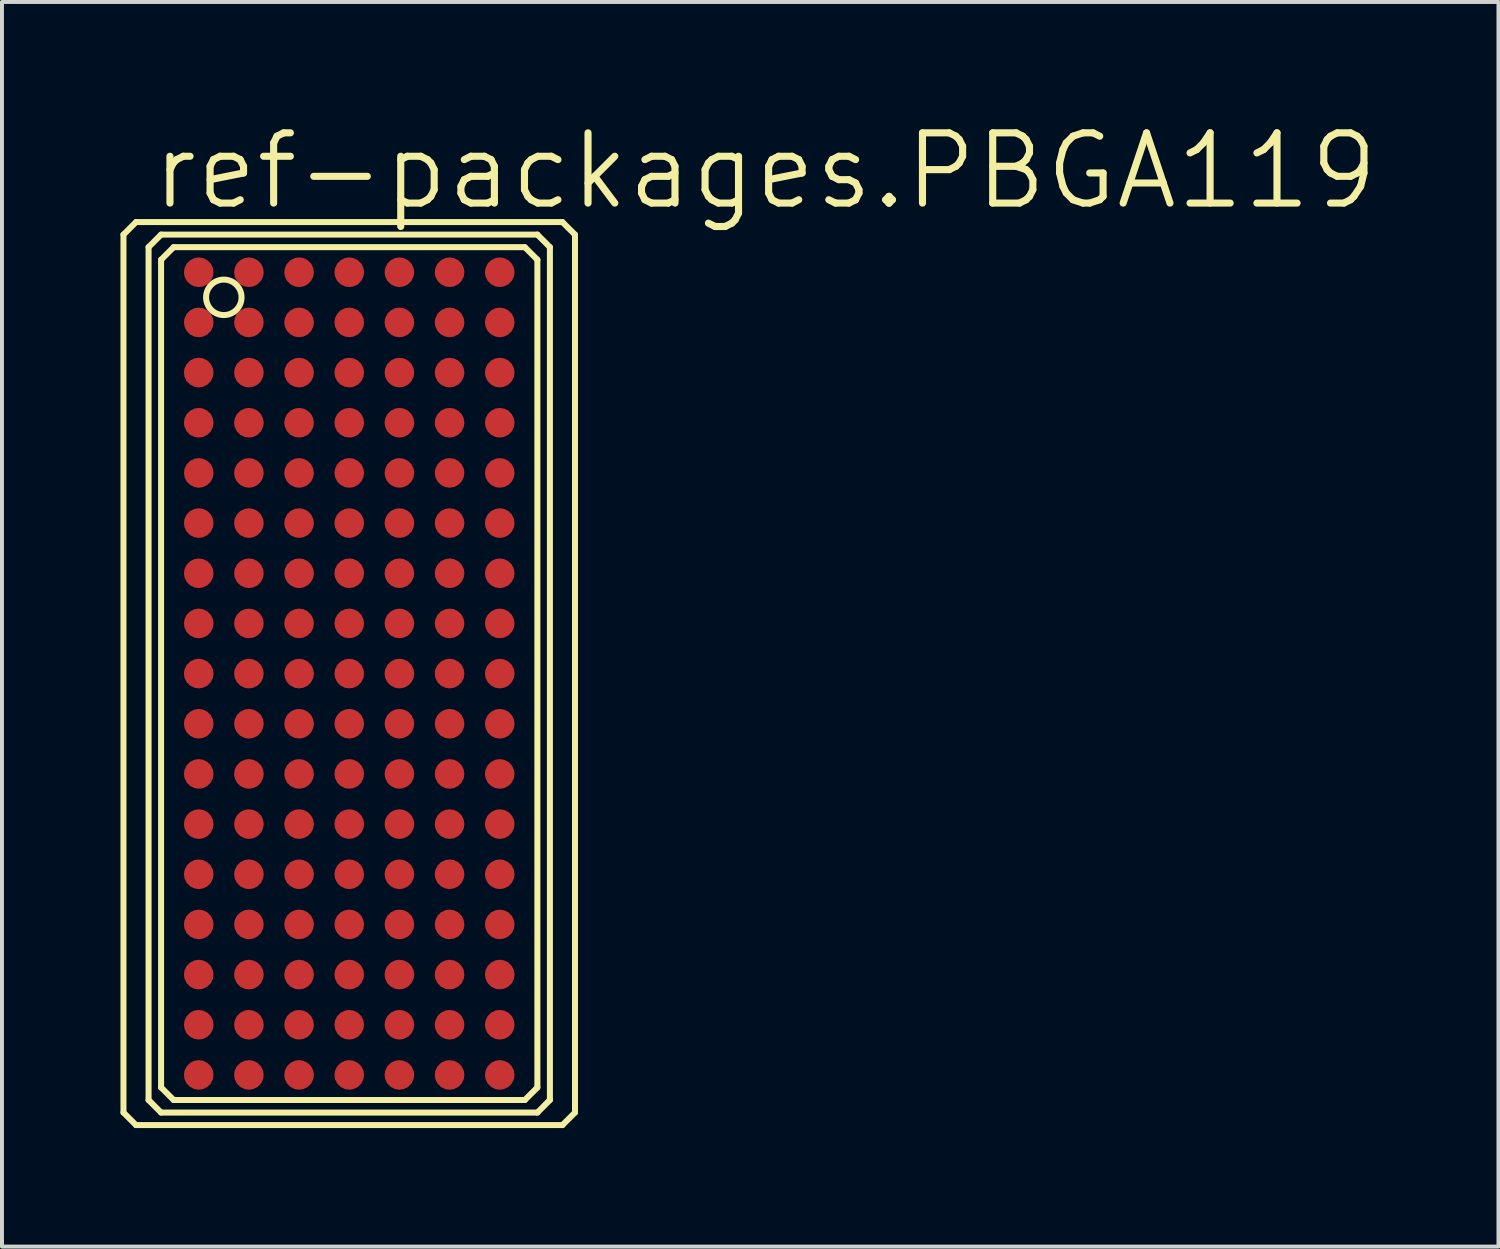
<source format=kicad_pcb>
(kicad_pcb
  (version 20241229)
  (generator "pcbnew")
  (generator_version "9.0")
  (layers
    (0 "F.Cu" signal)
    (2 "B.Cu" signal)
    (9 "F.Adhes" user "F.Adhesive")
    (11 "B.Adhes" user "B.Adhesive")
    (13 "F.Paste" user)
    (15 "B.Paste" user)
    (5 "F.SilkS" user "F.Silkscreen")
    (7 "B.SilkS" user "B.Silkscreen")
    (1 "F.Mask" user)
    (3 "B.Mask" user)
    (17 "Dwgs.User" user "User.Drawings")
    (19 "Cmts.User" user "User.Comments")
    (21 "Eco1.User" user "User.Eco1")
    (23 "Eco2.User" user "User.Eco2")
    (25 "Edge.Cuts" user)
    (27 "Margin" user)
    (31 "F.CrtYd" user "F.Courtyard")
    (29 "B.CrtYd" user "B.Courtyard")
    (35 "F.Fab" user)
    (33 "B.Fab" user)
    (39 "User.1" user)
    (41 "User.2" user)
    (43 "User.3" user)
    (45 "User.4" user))
  (footprint "ref-packages.PBGA119"
    (layer "F.Cu")
    (at 5.791 14.002)
    (property "Reference" "ref-packages.PBGA119" (at -5.08 -11.684 0) (layer "F.SilkS") (effects (font (size 1.778 1.778) (thickness 0.18)) (justify left bottom)))
    (attr smd)
    (fp_line (start -5.715 -11.113) (end -5.715 11.113) (stroke (width 0.152) (type default)) (layer "F.SilkS"))
    (fp_line (start -5.715 11.113) (end -5.397 11.43) (stroke (width 0.152) (type default)) (layer "F.SilkS"))
    (fp_line (start -5.397 -11.43) (end -5.715 -11.113) (stroke (width 0.152) (type default)) (layer "F.SilkS"))
    (fp_line (start -5.397 11.43) (end 5.397 11.43) (stroke (width 0.152) (type default)) (layer "F.SilkS"))
    (fp_line (start -5.08 -10.795) (end -5.08 10.795) (stroke (width 0.152) (type default)) (layer "F.SilkS"))
    (fp_line (start -5.08 10.795) (end -4.763 11.113) (stroke (width 0.152) (type default)) (layer "F.SilkS"))
    (fp_line (start -4.763 -11.113) (end -5.08 -10.795) (stroke (width 0.152) (type default)) (layer "F.SilkS"))
    (fp_line (start -4.763 -10.477) (end -4.763 10.477) (stroke (width 0.152) (type default)) (layer "F.SilkS"))
    (fp_line (start -4.763 10.477) (end -4.445 10.795) (stroke (width 0.152) (type default)) (layer "F.SilkS"))
    (fp_line (start -4.763 11.113) (end 4.763 11.113) (stroke (width 0.152) (type default)) (layer "F.SilkS"))
    (fp_line (start -4.445 -10.795) (end -4.763 -10.477) (stroke (width 0.152) (type default)) (layer "F.SilkS"))
    (fp_line (start -4.445 10.795) (end 4.445 10.795) (stroke (width 0.152) (type default)) (layer "F.SilkS"))
    (fp_line (start 4.445 -10.795) (end -4.445 -10.795) (stroke (width 0.152) (type default)) (layer "F.SilkS"))
    (fp_line (start 4.445 10.795) (end 4.763 10.477) (stroke (width 0.152) (type default)) (layer "F.SilkS"))
    (fp_line (start 4.763 -11.113) (end -4.763 -11.113) (stroke (width 0.152) (type default)) (layer "F.SilkS"))
    (fp_line (start 4.763 -10.477) (end 4.445 -10.795) (stroke (width 0.152) (type default)) (layer "F.SilkS"))
    (fp_line (start 4.763 10.477) (end 4.763 -10.477) (stroke (width 0.152) (type default)) (layer "F.SilkS"))
    (fp_line (start 4.763 11.113) (end 5.08 10.795) (stroke (width 0.152) (type default)) (layer "F.SilkS"))
    (fp_line (start 5.08 -10.795) (end 4.763 -11.113) (stroke (width 0.152) (type default)) (layer "F.SilkS"))
    (fp_line (start 5.08 10.795) (end 5.08 -10.795) (stroke (width 0.152) (type default)) (layer "F.SilkS"))
    (fp_line (start 5.397 -11.43) (end -5.397 -11.43) (stroke (width 0.152) (type default)) (layer "F.SilkS"))
    (fp_line (start 5.397 11.43) (end 5.715 11.113) (stroke (width 0.152) (type default)) (layer "F.SilkS"))
    (fp_line (start 5.715 -11.113) (end 5.397 -11.43) (stroke (width 0.152) (type default)) (layer "F.SilkS"))
    (fp_line (start 5.715 11.113) (end 5.715 -11.113) (stroke (width 0.152) (type default)) (layer "F.SilkS"))
    (fp_circle (center -3.175 -9.525) (end -2.726 -9.525) (stroke (width 0.152) (type default)) (fill no) (layer "F.SilkS"))
    (pad "1" smd roundrect (at -3.81 -10.16) (size 0.75 0.75) (layers "F.Cu" "F.Mask" "F.Paste") (roundrect_rratio 0.5))
    (pad "2" smd roundrect (at -2.54 -10.16) (size 0.75 0.75) (layers "F.Cu" "F.Mask" "F.Paste") (roundrect_rratio 0.5))
    (pad "3" smd roundrect (at -1.27 -10.16) (size 0.75 0.75) (layers "F.Cu" "F.Mask" "F.Paste") (roundrect_rratio 0.5))
    (pad "4" smd roundrect (at 0 -10.16) (size 0.75 0.75) (layers "F.Cu" "F.Mask" "F.Paste") (roundrect_rratio 0.5))
    (pad "5" smd roundrect (at 1.27 -10.16) (size 0.75 0.75) (layers "F.Cu" "F.Mask" "F.Paste") (roundrect_rratio 0.5))
    (pad "6" smd roundrect (at 2.54 -10.16) (size 0.75 0.75) (layers "F.Cu" "F.Mask" "F.Paste") (roundrect_rratio 0.5))
    (pad "7" smd roundrect (at 3.81 -10.16) (size 0.75 0.75) (layers "F.Cu" "F.Mask" "F.Paste") (roundrect_rratio 0.5))
    (pad "8" smd roundrect (at -3.81 -8.89) (size 0.75 0.75) (layers "F.Cu" "F.Mask" "F.Paste") (roundrect_rratio 0.5))
    (pad "9" smd roundrect (at -2.54 -8.89) (size 0.75 0.75) (layers "F.Cu" "F.Mask" "F.Paste") (roundrect_rratio 0.5))
    (pad "10" smd roundrect (at -1.27 -8.89) (size 0.75 0.75) (layers "F.Cu" "F.Mask" "F.Paste") (roundrect_rratio 0.5))
    (pad "11" smd roundrect (at 0 -8.89) (size 0.75 0.75) (layers "F.Cu" "F.Mask" "F.Paste") (roundrect_rratio 0.5))
    (pad "12" smd roundrect (at 1.27 -8.89) (size 0.75 0.75) (layers "F.Cu" "F.Mask" "F.Paste") (roundrect_rratio 0.5))
    (pad "13" smd roundrect (at 2.54 -8.89) (size 0.75 0.75) (layers "F.Cu" "F.Mask" "F.Paste") (roundrect_rratio 0.5))
    (pad "14" smd roundrect (at 3.81 -8.89) (size 0.75 0.75) (layers "F.Cu" "F.Mask" "F.Paste") (roundrect_rratio 0.5))
    (pad "15" smd roundrect (at -3.81 -7.62) (size 0.75 0.75) (layers "F.Cu" "F.Mask" "F.Paste") (roundrect_rratio 0.5))
    (pad "16" smd roundrect (at -2.54 -7.62) (size 0.75 0.75) (layers "F.Cu" "F.Mask" "F.Paste") (roundrect_rratio 0.5))
    (pad "17" smd roundrect (at -1.27 -7.62) (size 0.75 0.75) (layers "F.Cu" "F.Mask" "F.Paste") (roundrect_rratio 0.5))
    (pad "18" smd roundrect (at 0 -7.62) (size 0.75 0.75) (layers "F.Cu" "F.Mask" "F.Paste") (roundrect_rratio 0.5))
    (pad "19" smd roundrect (at 1.27 -7.62) (size 0.75 0.75) (layers "F.Cu" "F.Mask" "F.Paste") (roundrect_rratio 0.5))
    (pad "20" smd roundrect (at 2.54 -7.62) (size 0.75 0.75) (layers "F.Cu" "F.Mask" "F.Paste") (roundrect_rratio 0.5))
    (pad "21" smd roundrect (at 3.81 -7.62) (size 0.75 0.75) (layers "F.Cu" "F.Mask" "F.Paste") (roundrect_rratio 0.5))
    (pad "22" smd roundrect (at -3.81 -6.35) (size 0.75 0.75) (layers "F.Cu" "F.Mask" "F.Paste") (roundrect_rratio 0.5))
    (pad "23" smd roundrect (at -2.54 -6.35) (size 0.75 0.75) (layers "F.Cu" "F.Mask" "F.Paste") (roundrect_rratio 0.5))
    (pad "24" smd roundrect (at -1.27 -6.35) (size 0.75 0.75) (layers "F.Cu" "F.Mask" "F.Paste") (roundrect_rratio 0.5))
    (pad "25" smd roundrect (at 0 -6.35) (size 0.75 0.75) (layers "F.Cu" "F.Mask" "F.Paste") (roundrect_rratio 0.5))
    (pad "26" smd roundrect (at 1.27 -6.35) (size 0.75 0.75) (layers "F.Cu" "F.Mask" "F.Paste") (roundrect_rratio 0.5))
    (pad "27" smd roundrect (at 2.54 -6.35) (size 0.75 0.75) (layers "F.Cu" "F.Mask" "F.Paste") (roundrect_rratio 0.5))
    (pad "28" smd roundrect (at 3.81 -6.35) (size 0.75 0.75) (layers "F.Cu" "F.Mask" "F.Paste") (roundrect_rratio 0.5))
    (pad "29" smd roundrect (at -3.81 -5.08) (size 0.75 0.75) (layers "F.Cu" "F.Mask" "F.Paste") (roundrect_rratio 0.5))
    (pad "30" smd roundrect (at -2.54 -5.08) (size 0.75 0.75) (layers "F.Cu" "F.Mask" "F.Paste") (roundrect_rratio 0.5))
    (pad "31" smd roundrect (at -1.27 -5.08) (size 0.75 0.75) (layers "F.Cu" "F.Mask" "F.Paste") (roundrect_rratio 0.5))
    (pad "32" smd roundrect (at 0 -5.08) (size 0.75 0.75) (layers "F.Cu" "F.Mask" "F.Paste") (roundrect_rratio 0.5))
    (pad "33" smd roundrect (at 1.27 -5.08) (size 0.75 0.75) (layers "F.Cu" "F.Mask" "F.Paste") (roundrect_rratio 0.5))
    (pad "34" smd roundrect (at 2.54 -5.08) (size 0.75 0.75) (layers "F.Cu" "F.Mask" "F.Paste") (roundrect_rratio 0.5))
    (pad "35" smd roundrect (at 3.81 -5.08) (size 0.75 0.75) (layers "F.Cu" "F.Mask" "F.Paste") (roundrect_rratio 0.5))
    (pad "36" smd roundrect (at -3.81 -3.81) (size 0.75 0.75) (layers "F.Cu" "F.Mask" "F.Paste") (roundrect_rratio 0.5))
    (pad "37" smd roundrect (at -2.54 -3.81) (size 0.75 0.75) (layers "F.Cu" "F.Mask" "F.Paste") (roundrect_rratio 0.5))
    (pad "38" smd roundrect (at -1.27 -3.81) (size 0.75 0.75) (layers "F.Cu" "F.Mask" "F.Paste") (roundrect_rratio 0.5))
    (pad "39" smd roundrect (at 0 -3.81) (size 0.75 0.75) (layers "F.Cu" "F.Mask" "F.Paste") (roundrect_rratio 0.5))
    (pad "40" smd roundrect (at 1.27 -3.81) (size 0.75 0.75) (layers "F.Cu" "F.Mask" "F.Paste") (roundrect_rratio 0.5))
    (pad "41" smd roundrect (at 2.54 -3.81) (size 0.75 0.75) (layers "F.Cu" "F.Mask" "F.Paste") (roundrect_rratio 0.5))
    (pad "42" smd roundrect (at 3.81 -3.81) (size 0.75 0.75) (layers "F.Cu" "F.Mask" "F.Paste") (roundrect_rratio 0.5))
    (pad "43" smd roundrect (at -3.81 -2.54) (size 0.75 0.75) (layers "F.Cu" "F.Mask" "F.Paste") (roundrect_rratio 0.5))
    (pad "44" smd roundrect (at -2.54 -2.54) (size 0.75 0.75) (layers "F.Cu" "F.Mask" "F.Paste") (roundrect_rratio 0.5))
    (pad "45" smd roundrect (at -1.27 -2.54) (size 0.75 0.75) (layers "F.Cu" "F.Mask" "F.Paste") (roundrect_rratio 0.5))
    (pad "46" smd roundrect (at 0 -2.54) (size 0.75 0.75) (layers "F.Cu" "F.Mask" "F.Paste") (roundrect_rratio 0.5))
    (pad "47" smd roundrect (at 1.27 -2.54) (size 0.75 0.75) (layers "F.Cu" "F.Mask" "F.Paste") (roundrect_rratio 0.5))
    (pad "48" smd roundrect (at 2.54 -2.54) (size 0.75 0.75) (layers "F.Cu" "F.Mask" "F.Paste") (roundrect_rratio 0.5))
    (pad "49" smd roundrect (at 3.81 -2.54) (size 0.75 0.75) (layers "F.Cu" "F.Mask" "F.Paste") (roundrect_rratio 0.5))
    (pad "50" smd roundrect (at -3.81 -1.27) (size 0.75 0.75) (layers "F.Cu" "F.Mask" "F.Paste") (roundrect_rratio 0.5))
    (pad "51" smd roundrect (at -2.54 -1.27) (size 0.75 0.75) (layers "F.Cu" "F.Mask" "F.Paste") (roundrect_rratio 0.5))
    (pad "52" smd roundrect (at -1.27 -1.27) (size 0.75 0.75) (layers "F.Cu" "F.Mask" "F.Paste") (roundrect_rratio 0.5))
    (pad "53" smd roundrect (at 0 -1.27) (size 0.75 0.75) (layers "F.Cu" "F.Mask" "F.Paste") (roundrect_rratio 0.5))
    (pad "54" smd roundrect (at 1.27 -1.27) (size 0.75 0.75) (layers "F.Cu" "F.Mask" "F.Paste") (roundrect_rratio 0.5))
    (pad "55" smd roundrect (at 2.54 -1.27) (size 0.75 0.75) (layers "F.Cu" "F.Mask" "F.Paste") (roundrect_rratio 0.5))
    (pad "56" smd roundrect (at 3.81 -1.27) (size 0.75 0.75) (layers "F.Cu" "F.Mask" "F.Paste") (roundrect_rratio 0.5))
    (pad "57" smd roundrect (at -3.81 0) (size 0.75 0.75) (layers "F.Cu" "F.Mask" "F.Paste") (roundrect_rratio 0.5))
    (pad "58" smd roundrect (at -2.54 0) (size 0.75 0.75) (layers "F.Cu" "F.Mask" "F.Paste") (roundrect_rratio 0.5))
    (pad "59" smd roundrect (at -1.27 0) (size 0.75 0.75) (layers "F.Cu" "F.Mask" "F.Paste") (roundrect_rratio 0.5))
    (pad "60" smd roundrect (at 0 0) (size 0.75 0.75) (layers "F.Cu" "F.Mask" "F.Paste") (roundrect_rratio 0.5))
    (pad "61" smd roundrect (at 1.27 0) (size 0.75 0.75) (layers "F.Cu" "F.Mask" "F.Paste") (roundrect_rratio 0.5))
    (pad "62" smd roundrect (at 2.54 0) (size 0.75 0.75) (layers "F.Cu" "F.Mask" "F.Paste") (roundrect_rratio 0.5))
    (pad "63" smd roundrect (at 3.81 0) (size 0.75 0.75) (layers "F.Cu" "F.Mask" "F.Paste") (roundrect_rratio 0.5))
    (pad "64" smd roundrect (at -3.81 1.27) (size 0.75 0.75) (layers "F.Cu" "F.Mask" "F.Paste") (roundrect_rratio 0.5))
    (pad "65" smd roundrect (at -2.54 1.27) (size 0.75 0.75) (layers "F.Cu" "F.Mask" "F.Paste") (roundrect_rratio 0.5))
    (pad "66" smd roundrect (at -1.27 1.27) (size 0.75 0.75) (layers "F.Cu" "F.Mask" "F.Paste") (roundrect_rratio 0.5))
    (pad "67" smd roundrect (at 0 1.27) (size 0.75 0.75) (layers "F.Cu" "F.Mask" "F.Paste") (roundrect_rratio 0.5))
    (pad "68" smd roundrect (at 1.27 1.27) (size 0.75 0.75) (layers "F.Cu" "F.Mask" "F.Paste") (roundrect_rratio 0.5))
    (pad "69" smd roundrect (at 2.54 1.27) (size 0.75 0.75) (layers "F.Cu" "F.Mask" "F.Paste") (roundrect_rratio 0.5))
    (pad "70" smd roundrect (at 3.81 1.27) (size 0.75 0.75) (layers "F.Cu" "F.Mask" "F.Paste") (roundrect_rratio 0.5))
    (pad "71" smd roundrect (at -3.81 2.54) (size 0.75 0.75) (layers "F.Cu" "F.Mask" "F.Paste") (roundrect_rratio 0.5))
    (pad "72" smd roundrect (at -2.54 2.54) (size 0.75 0.75) (layers "F.Cu" "F.Mask" "F.Paste") (roundrect_rratio 0.5))
    (pad "73" smd roundrect (at -1.27 2.54) (size 0.75 0.75) (layers "F.Cu" "F.Mask" "F.Paste") (roundrect_rratio 0.5))
    (pad "74" smd roundrect (at 0 2.54) (size 0.75 0.75) (layers "F.Cu" "F.Mask" "F.Paste") (roundrect_rratio 0.5))
    (pad "75" smd roundrect (at 1.27 2.54) (size 0.75 0.75) (layers "F.Cu" "F.Mask" "F.Paste") (roundrect_rratio 0.5))
    (pad "76" smd roundrect (at 2.54 2.54) (size 0.75 0.75) (layers "F.Cu" "F.Mask" "F.Paste") (roundrect_rratio 0.5))
    (pad "77" smd roundrect (at 3.81 2.54) (size 0.75 0.75) (layers "F.Cu" "F.Mask" "F.Paste") (roundrect_rratio 0.5))
    (pad "78" smd roundrect (at -3.81 3.81) (size 0.75 0.75) (layers "F.Cu" "F.Mask" "F.Paste") (roundrect_rratio 0.5))
    (pad "79" smd roundrect (at -2.54 3.81) (size 0.75 0.75) (layers "F.Cu" "F.Mask" "F.Paste") (roundrect_rratio 0.5))
    (pad "80" smd roundrect (at -1.27 3.81) (size 0.75 0.75) (layers "F.Cu" "F.Mask" "F.Paste") (roundrect_rratio 0.5))
    (pad "81" smd roundrect (at 0 3.81) (size 0.75 0.75) (layers "F.Cu" "F.Mask" "F.Paste") (roundrect_rratio 0.5))
    (pad "82" smd roundrect (at 1.27 3.81) (size 0.75 0.75) (layers "F.Cu" "F.Mask" "F.Paste") (roundrect_rratio 0.5))
    (pad "83" smd roundrect (at 2.54 3.81) (size 0.75 0.75) (layers "F.Cu" "F.Mask" "F.Paste") (roundrect_rratio 0.5))
    (pad "84" smd roundrect (at 3.81 3.81) (size 0.75 0.75) (layers "F.Cu" "F.Mask" "F.Paste") (roundrect_rratio 0.5))
    (pad "85" smd roundrect (at -3.81 5.08) (size 0.75 0.75) (layers "F.Cu" "F.Mask" "F.Paste") (roundrect_rratio 0.5))
    (pad "86" smd roundrect (at -2.54 5.08) (size 0.75 0.75) (layers "F.Cu" "F.Mask" "F.Paste") (roundrect_rratio 0.5))
    (pad "87" smd roundrect (at -1.27 5.08) (size 0.75 0.75) (layers "F.Cu" "F.Mask" "F.Paste") (roundrect_rratio 0.5))
    (pad "88" smd roundrect (at 0 5.08) (size 0.75 0.75) (layers "F.Cu" "F.Mask" "F.Paste") (roundrect_rratio 0.5))
    (pad "89" smd roundrect (at 1.27 5.08) (size 0.75 0.75) (layers "F.Cu" "F.Mask" "F.Paste") (roundrect_rratio 0.5))
    (pad "90" smd roundrect (at 2.54 5.08) (size 0.75 0.75) (layers "F.Cu" "F.Mask" "F.Paste") (roundrect_rratio 0.5))
    (pad "91" smd roundrect (at 3.81 5.08) (size 0.75 0.75) (layers "F.Cu" "F.Mask" "F.Paste") (roundrect_rratio 0.5))
    (pad "92" smd roundrect (at -3.81 6.35) (size 0.75 0.75) (layers "F.Cu" "F.Mask" "F.Paste") (roundrect_rratio 0.5))
    (pad "93" smd roundrect (at -2.54 6.35) (size 0.75 0.75) (layers "F.Cu" "F.Mask" "F.Paste") (roundrect_rratio 0.5))
    (pad "94" smd roundrect (at -1.27 6.35) (size 0.75 0.75) (layers "F.Cu" "F.Mask" "F.Paste") (roundrect_rratio 0.5))
    (pad "95" smd roundrect (at 0 6.35) (size 0.75 0.75) (layers "F.Cu" "F.Mask" "F.Paste") (roundrect_rratio 0.5))
    (pad "96" smd roundrect (at 1.27 6.35) (size 0.75 0.75) (layers "F.Cu" "F.Mask" "F.Paste") (roundrect_rratio 0.5))
    (pad "97" smd roundrect (at 2.54 6.35) (size 0.75 0.75) (layers "F.Cu" "F.Mask" "F.Paste") (roundrect_rratio 0.5))
    (pad "98" smd roundrect (at 3.81 6.35) (size 0.75 0.75) (layers "F.Cu" "F.Mask" "F.Paste") (roundrect_rratio 0.5))
    (pad "99" smd roundrect (at -3.81 7.62) (size 0.75 0.75) (layers "F.Cu" "F.Mask" "F.Paste") (roundrect_rratio 0.5))
    (pad "100" smd roundrect (at -2.54 7.62) (size 0.75 0.75) (layers "F.Cu" "F.Mask" "F.Paste") (roundrect_rratio 0.5))
    (pad "101" smd roundrect (at -1.27 7.62) (size 0.75 0.75) (layers "F.Cu" "F.Mask" "F.Paste") (roundrect_rratio 0.5))
    (pad "102" smd roundrect (at 0 7.62) (size 0.75 0.75) (layers "F.Cu" "F.Mask" "F.Paste") (roundrect_rratio 0.5))
    (pad "103" smd roundrect (at 1.27 7.62) (size 0.75 0.75) (layers "F.Cu" "F.Mask" "F.Paste") (roundrect_rratio 0.5))
    (pad "104" smd roundrect (at 2.54 7.62) (size 0.75 0.75) (layers "F.Cu" "F.Mask" "F.Paste") (roundrect_rratio 0.5))
    (pad "105" smd roundrect (at 3.81 7.62) (size 0.75 0.75) (layers "F.Cu" "F.Mask" "F.Paste") (roundrect_rratio 0.5))
    (pad "106" smd roundrect (at -3.81 8.89) (size 0.75 0.75) (layers "F.Cu" "F.Mask" "F.Paste") (roundrect_rratio 0.5))
    (pad "107" smd roundrect (at -2.54 8.89) (size 0.75 0.75) (layers "F.Cu" "F.Mask" "F.Paste") (roundrect_rratio 0.5))
    (pad "108" smd roundrect (at -1.27 8.89) (size 0.75 0.75) (layers "F.Cu" "F.Mask" "F.Paste") (roundrect_rratio 0.5))
    (pad "109" smd roundrect (at 0 8.89) (size 0.75 0.75) (layers "F.Cu" "F.Mask" "F.Paste") (roundrect_rratio 0.5))
    (pad "110" smd roundrect (at 1.27 8.89) (size 0.75 0.75) (layers "F.Cu" "F.Mask" "F.Paste") (roundrect_rratio 0.5))
    (pad "111" smd roundrect (at 2.54 8.89) (size 0.75 0.75) (layers "F.Cu" "F.Mask" "F.Paste") (roundrect_rratio 0.5))
    (pad "112" smd roundrect (at 3.81 8.89) (size 0.75 0.75) (layers "F.Cu" "F.Mask" "F.Paste") (roundrect_rratio 0.5))
    (pad "113" smd roundrect (at -3.81 10.16) (size 0.75 0.75) (layers "F.Cu" "F.Mask" "F.Paste") (roundrect_rratio 0.5))
    (pad "114" smd roundrect (at -2.54 10.16) (size 0.75 0.75) (layers "F.Cu" "F.Mask" "F.Paste") (roundrect_rratio 0.5))
    (pad "115" smd roundrect (at -1.27 10.16) (size 0.75 0.75) (layers "F.Cu" "F.Mask" "F.Paste") (roundrect_rratio 0.5))
    (pad "116" smd roundrect (at 0 10.16) (size 0.75 0.75) (layers "F.Cu" "F.Mask" "F.Paste") (roundrect_rratio 0.5))
    (pad "117" smd roundrect (at 1.27 10.16) (size 0.75 0.75) (layers "F.Cu" "F.Mask" "F.Paste") (roundrect_rratio 0.5))
    (pad "118" smd roundrect (at 2.54 10.16) (size 0.75 0.75) (layers "F.Cu" "F.Mask" "F.Paste") (roundrect_rratio 0.5))
    (pad "119" smd roundrect (at 3.81 10.16) (size 0.75 0.75) (layers "F.Cu" "F.Mask" "F.Paste") (roundrect_rratio 0.5)))
  (gr_rect
    (start -3 -3)
    (end 34.884 28.508)
    (stroke (width 0.1) (type default))
    (fill no)
    (layer "Edge.Cuts")))
</source>
